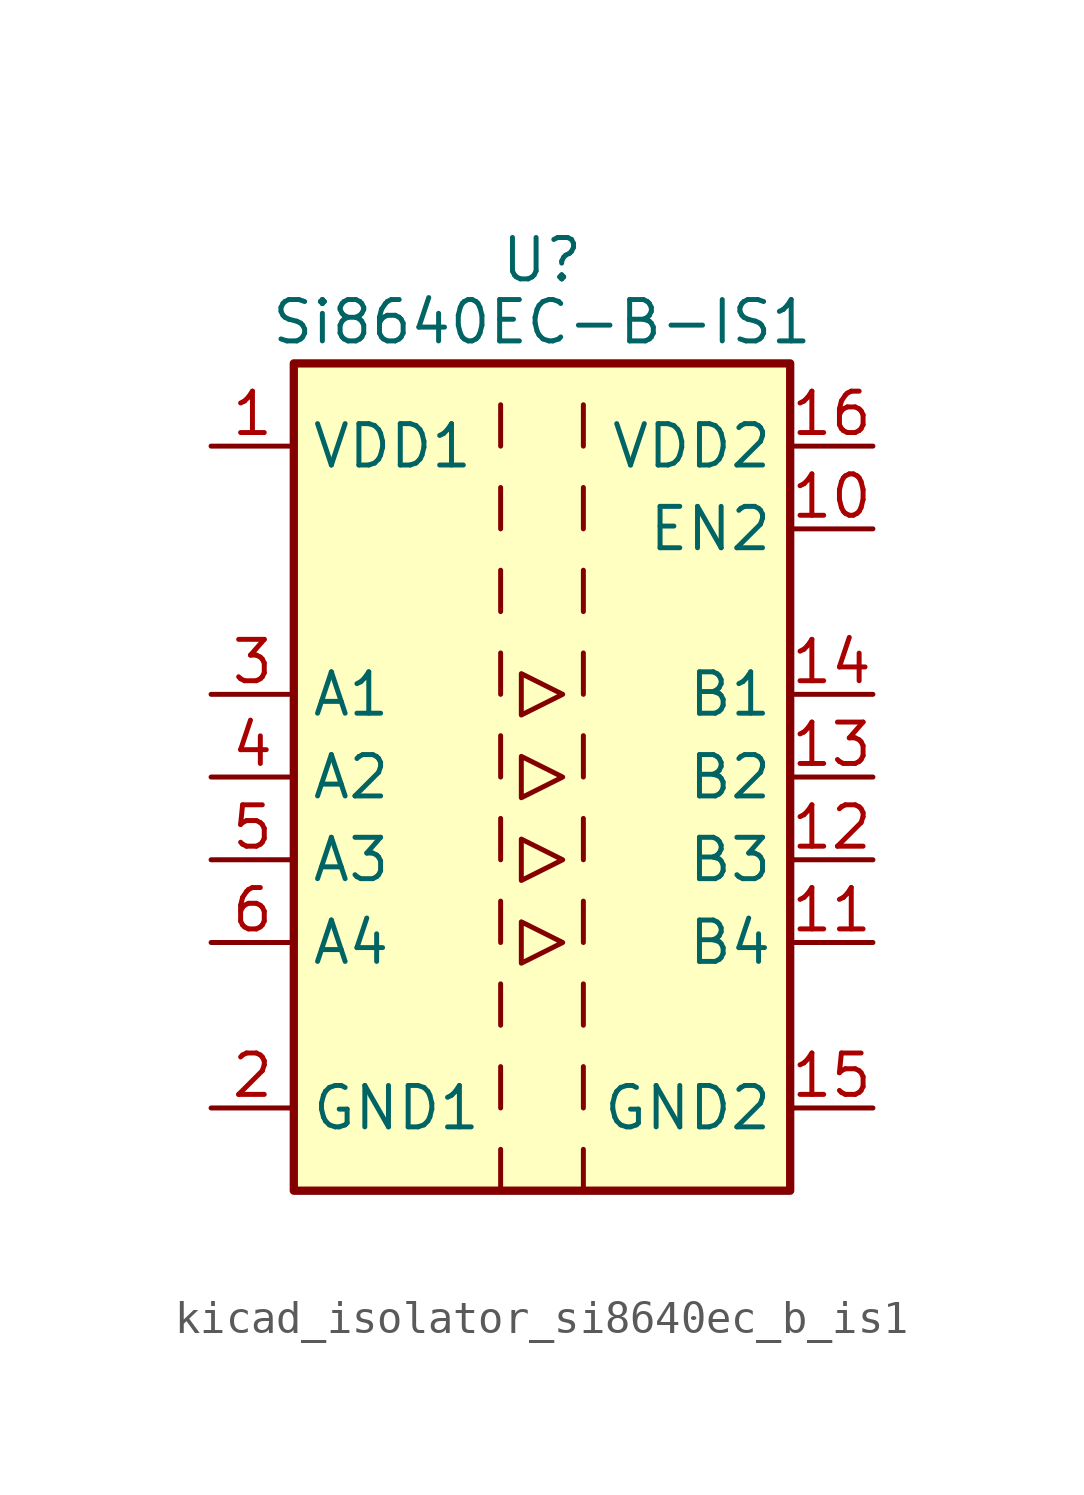
<source format=kicad_sym>
(kicad_symbol_lib
  (version 20220914)
  (generator kicad_symbol_editor)
  (symbol "kicad_isolator_si8640ec_b_is1"
    (property "Reference" "U"
      (at 0 15.875 0)
      (effects (font (size 1.27 1.27))))
    (property "Value" "Si8640EC-B-IS1"
      (at 0 13.97 0)
      (effects (font (size 1.27 1.27))))
    (symbol "kicad_isolator_si8640ec_b_is1_0_1"
      (rectangle (start -7.62 12.7) (end 7.62 -12.7) (stroke (width 0.254) (type default)) (fill (type background)))
      (polyline (pts (xy -1.27 -11.43) (xy -1.27 -12.7)) (stroke (width 0) (type default)) (fill (type none)))
      (polyline (pts (xy -1.27 -8.89) (xy -1.27 -10.16)) (stroke (width 0) (type default)) (fill (type none)))
      (polyline (pts (xy -1.27 -6.35) (xy -1.27 -7.62)) (stroke (width 0) (type default)) (fill (type none)))
      (polyline (pts (xy -1.27 -3.81) (xy -1.27 -5.08)) (stroke (width 0) (type default)) (fill (type none)))
      (polyline (pts (xy -1.27 -1.27) (xy -1.27 -2.54)) (stroke (width 0) (type default)) (fill (type none)))
      (polyline (pts (xy -1.27 1.27) (xy -1.27 0)) (stroke (width 0) (type default)) (fill (type none)))
      (polyline (pts (xy -1.27 3.81) (xy -1.27 2.54)) (stroke (width 0) (type default)) (fill (type none)))
      (polyline (pts (xy -1.27 6.35) (xy -1.27 5.08)) (stroke (width 0) (type default)) (fill (type none)))
      (polyline (pts (xy -1.27 8.89) (xy -1.27 7.62)) (stroke (width 0) (type default)) (fill (type none)))
      (polyline (pts (xy -1.27 11.43) (xy -1.27 10.16)) (stroke (width 0) (type default)) (fill (type none)))
      (polyline (pts (xy 1.27 -11.43) (xy 1.27 -12.7)) (stroke (width 0) (type default)) (fill (type none)))
      (polyline (pts (xy 1.27 -8.89) (xy 1.27 -10.16)) (stroke (width 0) (type default)) (fill (type none)))
      (polyline (pts (xy 1.27 -6.35) (xy 1.27 -7.62)) (stroke (width 0) (type default)) (fill (type none)))
      (polyline (pts (xy 1.27 -3.81) (xy 1.27 -5.08)) (stroke (width 0) (type default)) (fill (type none)))
      (polyline (pts (xy 1.27 -1.27) (xy 1.27 -2.54)) (stroke (width 0) (type default)) (fill (type none)))
      (polyline (pts (xy 1.27 1.27) (xy 1.27 0)) (stroke (width 0) (type default)) (fill (type none)))
      (polyline (pts (xy 1.27 3.81) (xy 1.27 2.54)) (stroke (width 0) (type default)) (fill (type none)))
      (polyline (pts (xy 1.27 6.35) (xy 1.27 5.08)) (stroke (width 0) (type default)) (fill (type none)))
      (polyline (pts (xy 1.27 8.89) (xy 1.27 7.62)) (stroke (width 0) (type default)) (fill (type none)))
      (polyline (pts (xy 1.27 11.43) (xy 1.27 10.16)) (stroke (width 0) (type default)) (fill (type none)))
      (polyline (pts (xy -0.635 0.635) (xy -0.635 -0.635) (xy 0.635 0) (xy -0.635 0.635)) (stroke (width 0) (type default)) (fill (type none)))
      (polyline (pts (xy -0.635 3.175) (xy -0.635 1.905) (xy 0.635 2.54) (xy -0.635 3.175)) (stroke (width 0) (type default)) (fill (type none)))
      (polyline (pts (xy 0.635 -5.08) (xy -0.635 -4.445) (xy -0.635 -5.715) (xy 0.635 -5.08)) (stroke (width 0) (type default)) (fill (type none)))
      (polyline (pts (xy 0.635 -2.54) (xy -0.635 -1.905) (xy -0.635 -3.175) (xy 0.635 -2.54)) (stroke (width 0) (type default)) (fill (type none))))
    (symbol "kicad_isolator_si8640ec_b_is1_1_1"
      (pin power_in line (at -10.16 10.16 0) (length 2.54) (name "VDD1" (effects (font (size 1.27 1.27)))) (number "1" (effects (font (size 1.27 1.27)))))
      (pin input line (at 10.16 7.62 180) (length 2.54) (name "EN2" (effects (font (size 1.27 1.27)))) (number "10" (effects (font (size 1.27 1.27)))))
      (pin output line (at 10.16 -5.08 180) (length 2.54) (name "B4" (effects (font (size 1.27 1.27)))) (number "11" (effects (font (size 1.27 1.27)))))
      (pin output line (at 10.16 -2.54 180) (length 2.54) (name "B3" (effects (font (size 1.27 1.27)))) (number "12" (effects (font (size 1.27 1.27)))))
      (pin output line (at 10.16 0 180) (length 2.54) (name "B2" (effects (font (size 1.27 1.27)))) (number "13" (effects (font (size 1.27 1.27)))))
      (pin output line (at 10.16 2.54 180) (length 2.54) (name "B1" (effects (font (size 1.27 1.27)))) (number "14" (effects (font (size 1.27 1.27)))))
      (pin power_in line (at 10.16 -10.16 180) (length 2.54) (name "GND2" (effects (font (size 1.27 1.27)))) (number "15" (effects (font (size 1.27 1.27)))))
      (pin power_in line (at 10.16 10.16 180) (length 2.54) (name "VDD2" (effects (font (size 1.27 1.27)))) (number "16" (effects (font (size 1.27 1.27)))))
      (pin power_in line (at -10.16 -10.16 0) (length 2.54) (name "GND1" (effects (font (size 1.27 1.27)))) (number "2" (effects (font (size 1.27 1.27)))))
      (pin input line (at -10.16 2.54 0) (length 2.54) (name "A1" (effects (font (size 1.27 1.27)))) (number "3" (effects (font (size 1.27 1.27)))))
      (pin input line (at -10.16 0 0) (length 2.54) (name "A2" (effects (font (size 1.27 1.27)))) (number "4" (effects (font (size 1.27 1.27)))))
      (pin input line (at -10.16 -2.54 0) (length 2.54) (name "A3" (effects (font (size 1.27 1.27)))) (number "5" (effects (font (size 1.27 1.27)))))
      (pin input line (at -10.16 -5.08 0) (length 2.54) (name "A4" (effects (font (size 1.27 1.27)))) (number "6" (effects (font (size 1.27 1.27)))))
      (pin no_connect line (at -7.62 7.62 0) (length 2.54) hide (name "NC" (effects (font (size 1.27 1.27)))) (number "7" (effects (font (size 1.27 1.27)))))
      (pin passive line (at -10.16 -10.16 0) (length 2.54) hide (name "GND1" (effects (font (size 1.27 1.27)))) (number "8" (effects (font (size 1.27 1.27)))))
      (pin passive line (at 10.16 -10.16 180) (length 2.54) hide (name "GND2" (effects (font (size 1.27 1.27)))) (number "9" (effects (font (size 1.27 1.27))))))))
</source>
